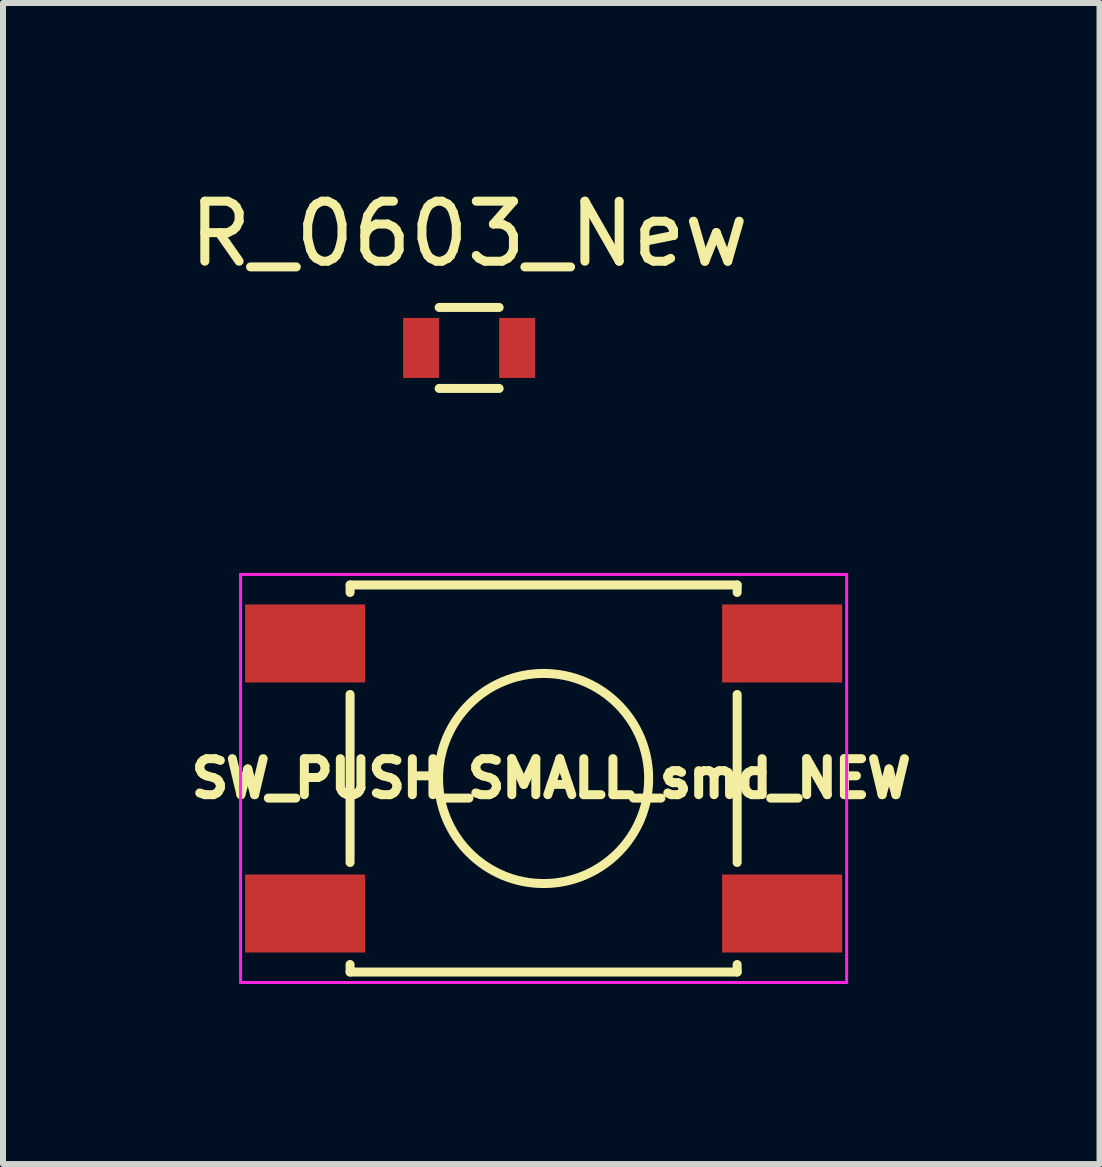
<source format=kicad_pcb>
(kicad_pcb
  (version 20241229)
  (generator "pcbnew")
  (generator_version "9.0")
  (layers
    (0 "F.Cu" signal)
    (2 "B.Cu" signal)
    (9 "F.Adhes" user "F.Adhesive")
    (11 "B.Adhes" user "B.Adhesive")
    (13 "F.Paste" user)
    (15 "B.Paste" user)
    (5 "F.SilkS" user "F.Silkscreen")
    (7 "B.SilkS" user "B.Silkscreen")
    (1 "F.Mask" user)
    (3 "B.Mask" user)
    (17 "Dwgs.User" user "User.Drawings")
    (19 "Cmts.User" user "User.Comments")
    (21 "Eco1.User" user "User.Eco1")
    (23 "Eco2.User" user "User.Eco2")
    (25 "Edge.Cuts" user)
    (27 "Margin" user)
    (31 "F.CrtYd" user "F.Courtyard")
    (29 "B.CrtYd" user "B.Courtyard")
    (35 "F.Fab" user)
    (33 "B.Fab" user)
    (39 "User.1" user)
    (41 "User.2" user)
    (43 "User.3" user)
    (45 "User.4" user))
  (footprint "SW_PUSH_SMALL_smd_NEW"
    (layer "F.Cu")
    (at 6.009 9.923)
    (property "Reference" "SW_PUSH_SMALL_smd_NEW" (at 0.127 0 0) (layer "F.SilkS") (effects (font (size 0.6 0.6) (thickness 0.15))))
    (attr through_hole)
    (fp_line (start -3.225 -3.225) (end 3.225 -3.225) (stroke (width 0.15) (type solid)) (layer "F.SilkS"))
    (fp_line (start -3.225 -3.1) (end -3.225 -3.225) (stroke (width 0.15) (type solid)) (layer "F.SilkS"))
    (fp_line (start -3.225 -1.4) (end -3.225 1.4) (stroke (width 0.15) (type solid)) (layer "F.SilkS"))
    (fp_line (start -3.225 3.225) (end -3.225 3.1) (stroke (width 0.15) (type solid)) (layer "F.SilkS"))
    (fp_line (start -3.225 3.225) (end 3.225 3.225) (stroke (width 0.15) (type solid)) (layer "F.SilkS"))
    (fp_line (start 3.225 -3.225) (end 3.225 -3.1) (stroke (width 0.15) (type solid)) (layer "F.SilkS"))
    (fp_line (start 3.225 -1.4) (end 3.225 1.4) (stroke (width 0.15) (type solid)) (layer "F.SilkS"))
    (fp_line (start 3.225 3.225) (end 3.225 3.1) (stroke (width 0.15) (type solid)) (layer "F.SilkS"))
    (fp_circle (center 0 0) (end 1.75 -0.05) (stroke (width 0.15) (type solid)) (fill no) (layer "F.SilkS"))
    (fp_line (start -5.05 -3.4) (end -5.05 3.4) (stroke (width 0.05) (type solid)) (layer "F.CrtYd"))
    (fp_line (start -5.05 -3.4) (end 5.05 -3.4) (stroke (width 0.05) (type solid)) (layer "F.CrtYd"))
    (fp_line (start -5.05 3.4) (end 5.05 3.4) (stroke (width 0.05) (type solid)) (layer "F.CrtYd"))
    (fp_line (start 5.05 3.4) (end 5.05 -3.4) (stroke (width 0.05) (type solid)) (layer "F.CrtYd"))
    (pad "1" smd rect (at -3.975 -2.25) (size 2 1.3) (layers "F.Cu" "F.Mask" "F.Paste"))
    (pad "1" smd rect (at 3.975 -2.25) (size 2 1.3) (layers "F.Cu" "F.Mask" "F.Paste"))
    (pad "2" smd rect (at -3.975 2.25) (size 2 1.3) (layers "F.Cu" "F.Mask" "F.Paste"))
    (pad "2" smd rect (at 3.975 2.25) (size 2 1.3) (layers "F.Cu" "F.Mask" "F.Paste")))
  (footprint "R_0603_New"
    (layer "F.Cu")
    (at 4.768 2.748)
    (property "Reference" "R_0603_New" (at 0 -1.9 0) (layer "F.SilkS") (effects (font (size 1 1) (thickness 0.15))))
    (attr smd)
    (fp_line (start -0.5 -0.675) (end 0.5 -0.675) (stroke (width 0.15) (type solid)) (layer "F.SilkS"))
    (fp_line (start 0.5 0.675) (end -0.5 0.675) (stroke (width 0.15) (type solid)) (layer "F.SilkS"))
    (pad "1" smd rect (at -0.8 0) (size 0.6 1) (layers "F.Cu" "F.Mask" "F.Paste"))
    (pad "2" smd rect (at 0.8 0) (size 0.6 1) (layers "F.Cu" "F.Mask" "F.Paste")))
  (gr_rect
    (start -3 -3)
    (end 15.273 16.348)
    (stroke (width 0.1) (type default))
    (fill no)
    (layer "Edge.Cuts")))
</source>
